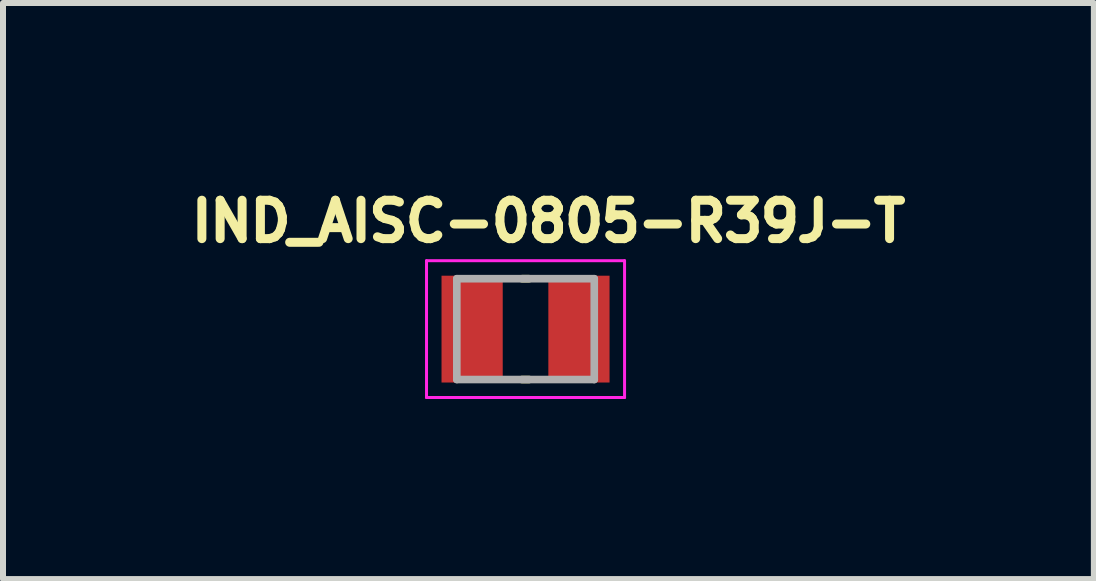
<source format=kicad_pcb>
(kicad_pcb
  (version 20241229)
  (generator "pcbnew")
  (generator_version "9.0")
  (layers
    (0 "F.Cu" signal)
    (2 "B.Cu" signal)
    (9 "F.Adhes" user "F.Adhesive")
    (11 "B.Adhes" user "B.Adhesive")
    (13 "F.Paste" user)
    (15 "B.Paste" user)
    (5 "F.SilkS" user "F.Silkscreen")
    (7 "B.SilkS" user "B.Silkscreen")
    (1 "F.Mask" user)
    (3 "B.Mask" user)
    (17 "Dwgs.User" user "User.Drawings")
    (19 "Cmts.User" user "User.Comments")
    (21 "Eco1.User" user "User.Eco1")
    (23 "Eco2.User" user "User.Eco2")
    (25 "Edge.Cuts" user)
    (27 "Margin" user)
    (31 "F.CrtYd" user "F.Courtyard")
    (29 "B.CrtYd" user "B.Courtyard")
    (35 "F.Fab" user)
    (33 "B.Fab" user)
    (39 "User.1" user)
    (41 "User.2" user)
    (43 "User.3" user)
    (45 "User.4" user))
  (footprint "IND_AISC-0805-R39J-T"
    (layer "F.Cu")
    (at 5.707 2.434)
    (property "Reference" "IND_AISC-0805-R39J-T" (at 0.382 -1.796 0) (layer "F.SilkS") (effects (font (size 0.64 0.64) (thickness 0.15))))
    (attr smd)
    (fp_line (start -0.06 -0.84) (end 0.06 -0.84) (stroke (width 0.127) (type solid)) (layer "F.SilkS"))
    (fp_line (start -0.06 0.84) (end 0.06 0.84) (stroke (width 0.127) (type solid)) (layer "F.SilkS"))
    (fp_line (start -1.65 -1.14) (end -1.65 1.14) (stroke (width 0.05) (type solid)) (layer "F.CrtYd"))
    (fp_line (start -1.65 1.14) (end 1.65 1.14) (stroke (width 0.05) (type solid)) (layer "F.CrtYd"))
    (fp_line (start 1.65 -1.14) (end -1.65 -1.14) (stroke (width 0.05) (type solid)) (layer "F.CrtYd"))
    (fp_line (start 1.65 1.14) (end 1.65 -1.14) (stroke (width 0.05) (type solid)) (layer "F.CrtYd"))
    (fp_line (start -1.145 -0.84) (end -1.145 0.84) (stroke (width 0.127) (type solid)) (layer "F.Fab"))
    (fp_line (start -1.145 -0.84) (end 1.145 -0.84) (stroke (width 0.127) (type solid)) (layer "F.Fab"))
    (fp_line (start -1.145 0.84) (end 1.145 0.84) (stroke (width 0.127) (type solid)) (layer "F.Fab"))
    (fp_line (start 1.145 -0.84) (end 1.145 0.84) (stroke (width 0.127) (type solid)) (layer "F.Fab"))
    (pad "1" smd rect (at -0.89 0) (size 1.02 1.78) (layers "F.Cu" "F.Mask" "F.Paste"))
    (pad "2" smd rect (at 0.89 0) (size 1.02 1.78) (layers "F.Cu" "F.Mask" "F.Paste")))
  (gr_rect
    (start -3 -3)
    (end 15.177 6.599)
    (stroke (width 0.1) (type default))
    (fill no)
    (layer "Edge.Cuts")))
</source>
